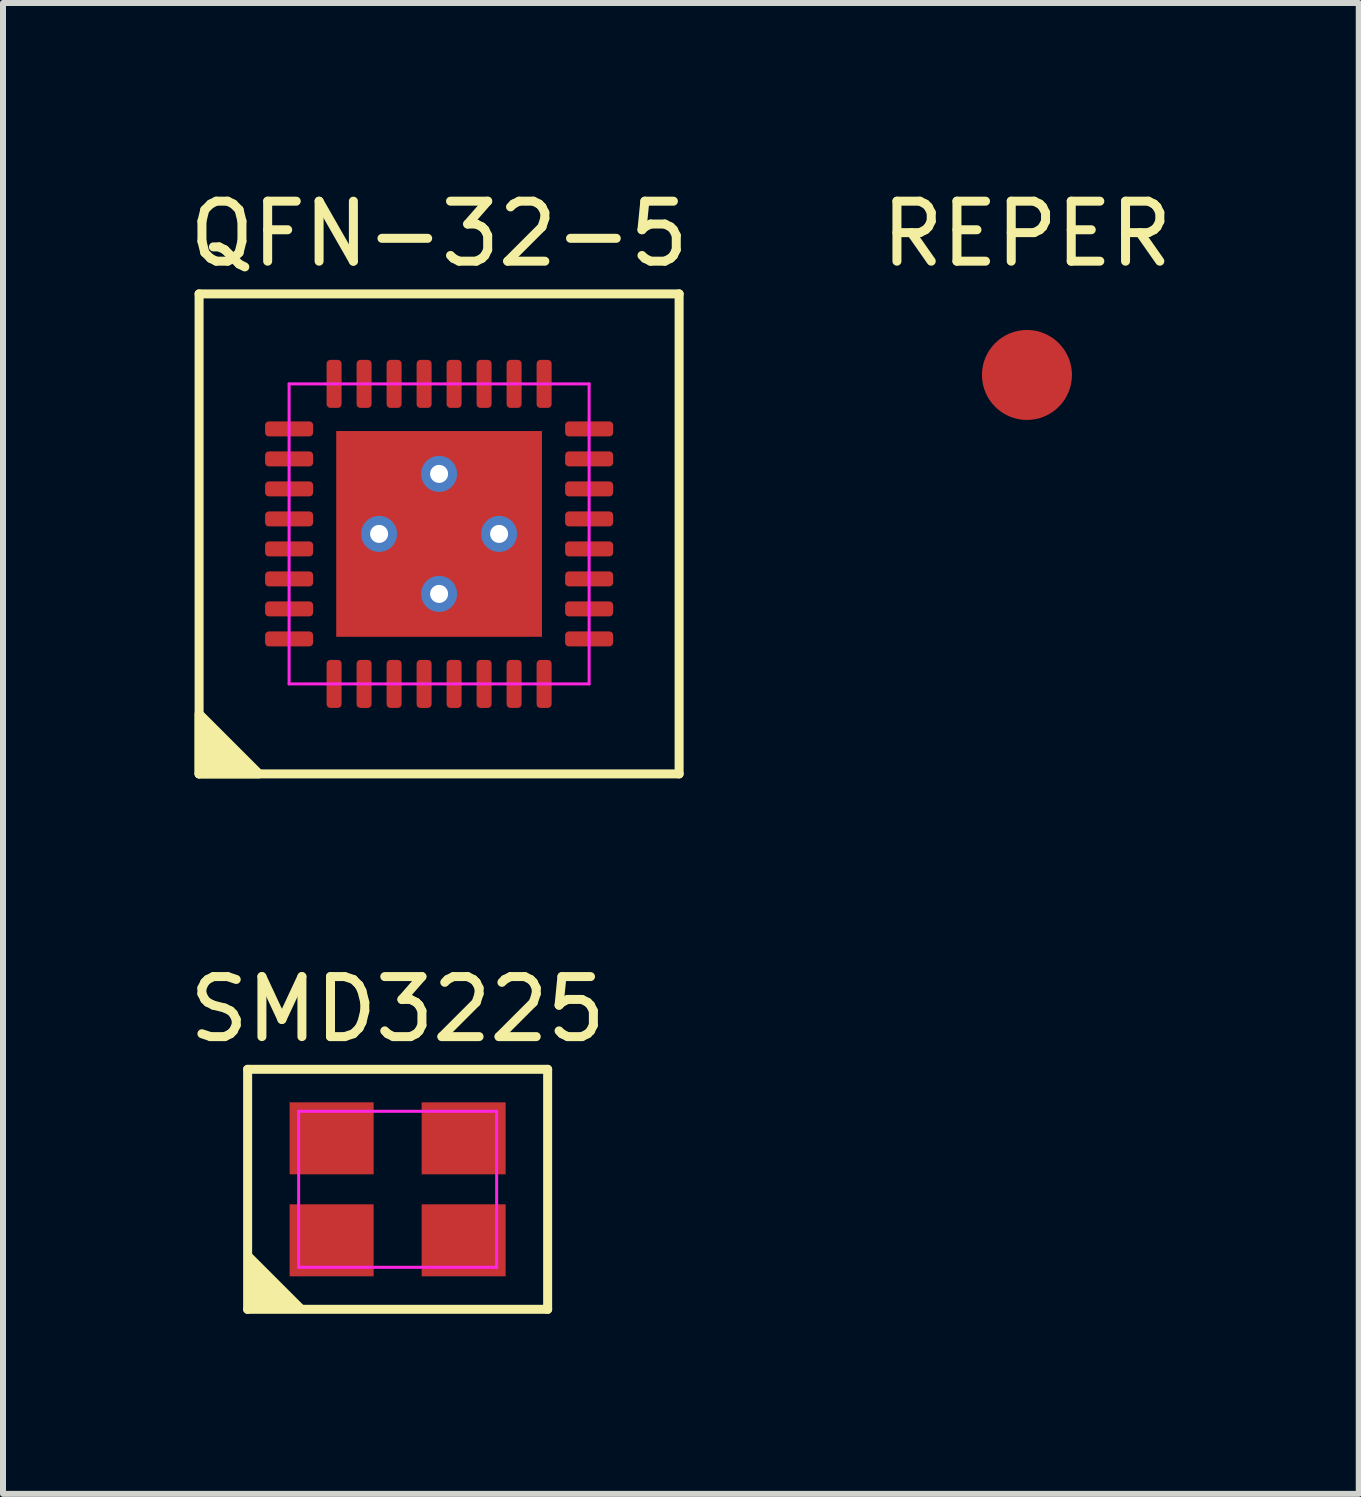
<source format=kicad_pcb>
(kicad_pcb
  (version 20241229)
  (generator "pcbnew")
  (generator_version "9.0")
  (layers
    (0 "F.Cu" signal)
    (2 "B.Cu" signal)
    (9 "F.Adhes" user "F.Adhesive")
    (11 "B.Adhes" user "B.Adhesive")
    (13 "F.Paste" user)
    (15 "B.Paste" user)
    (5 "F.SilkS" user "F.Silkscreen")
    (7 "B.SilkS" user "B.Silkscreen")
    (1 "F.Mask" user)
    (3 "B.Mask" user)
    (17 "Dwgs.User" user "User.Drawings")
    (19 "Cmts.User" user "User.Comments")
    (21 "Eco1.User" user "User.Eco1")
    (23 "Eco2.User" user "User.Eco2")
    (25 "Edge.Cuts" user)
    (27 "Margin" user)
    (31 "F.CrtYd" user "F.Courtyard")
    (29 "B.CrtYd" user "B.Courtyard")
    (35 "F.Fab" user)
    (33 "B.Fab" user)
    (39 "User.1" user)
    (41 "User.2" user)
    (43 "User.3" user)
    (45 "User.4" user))
  (footprint "REPER"
    (layer "F.Cu")
    (at 14.065 3.199)
    (property "Reference" "REPER" (at 0 -2.351 0) (layer "F.SilkS") (effects (font (size 1 1) (thickness 0.15))))
    (pad "1" smd circle (at 0 0) (size 1.5 1.5) (layers "F.Cu" "F.Mask" "F.Paste"))
    (zone (net_name "") (layer "F.Cu") (hatch edge 0.5) (connect_pads) (min_thickness 0.25) (filled_areas_thickness no) (keepout (tracks allowed) (vias allowed) (pads allowed) (copperpour not_allowed) (footprints allowed)) (placement (enabled no)) (fill) (polygon (pts (xy 12.415 3.199) (xy 12.415 3.362) (xy 12.478 3.681) (xy 12.603 3.981) (xy 12.783 4.251) (xy 13.013 4.481) (xy 13.284 4.662) (xy 13.584 4.786) (xy 13.903 4.85) (xy 14.065 4.85) (xy 14.228 4.85) (xy 14.547 4.786) (xy 14.847 4.662) (xy 15.118 4.481) (xy 15.348 4.251) (xy 15.528 3.981) (xy 15.653 3.681) (xy 15.716 3.362) (xy 15.716 3.199) (xy 15.716 3.036) (xy 15.653 2.717) (xy 15.528 2.417) (xy 15.348 2.147) (xy 15.118 1.917) (xy 14.847 1.736) (xy 14.547 1.612) (xy 14.228 1.548) (xy 14.065 1.548) (xy 13.903 1.548) (xy 13.584 1.612) (xy 13.284 1.736) (xy 13.013 1.917) (xy 12.783 2.147) (xy 12.603 2.417) (xy 12.478 2.717) (xy 12.415 3.036)))))
  (footprint "SMD3225"
    (layer "F.Cu")
    (at 3.577 16.771)
    (property "Reference" "SMD3225" (at 0 -3 0) (layer "F.SilkS") (effects (font (size 1 1) (thickness 0.15))))
    (fp_line (start -2.5 -2) (end 2.5 -2) (stroke (width 0.15) (type solid)) (layer "F.SilkS"))
    (fp_line (start -2.5 2) (end -2.5 -2) (stroke (width 0.15) (type solid)) (layer "F.SilkS"))
    (fp_line (start -2.5 2) (end 2.5 2) (stroke (width 0.15) (type solid)) (layer "F.SilkS"))
    (fp_line (start 2.5 2) (end 2.5 -2) (stroke (width 0.15) (type solid)) (layer "F.SilkS"))
    (fp_poly (pts (xy -2.5 2) (xy -1.5 2) (xy -2.5 1)) (stroke (width 0) (type default)) (fill yes) (layer "F.SilkS"))
    (fp_line (start -1.65 -1.3) (end 1.65 -1.3) (stroke (width 0.05) (type solid)) (layer "F.CrtYd"))
    (fp_line (start -1.65 1.3) (end -1.65 -1.3) (stroke (width 0.05) (type solid)) (layer "F.CrtYd"))
    (fp_line (start -1.65 1.3) (end 1.65 1.3) (stroke (width 0.05) (type solid)) (layer "F.CrtYd"))
    (fp_line (start 1.65 1.3) (end 1.65 -1.3) (stroke (width 0.05) (type solid)) (layer "F.CrtYd"))
    (pad "1" smd rect (at -1.1 0.85) (size 1.4 1.2) (layers "F.Cu" "F.Mask" "F.Paste"))
    (pad "2" smd rect (at 1.1 -0.85) (size 1.4 1.2) (layers "F.Cu" "F.Mask" "F.Paste"))
    (pad "3" smd rect (at -1.1 -0.85) (size 1.4 1.2) (layers "F.Cu" "F.Mask" "F.Paste"))
    (pad "3" smd rect (at 1.1 0.85) (size 1.4 1.2) (layers "F.Cu" "F.Mask" "F.Paste")))
  (footprint "QFN-32-5"
    (layer "F.Cu")
    (at 4.268 5.848)
    (property "Reference" "QFN-32-5" (at 0 -5 0) (layer "F.SilkS") (effects (font (size 1 1) (thickness 0.15))))
    (fp_line (start -4 -4) (end 4 -4) (stroke (width 0.15) (type default)) (layer "F.SilkS"))
    (fp_line (start -4 4) (end -4 -4) (stroke (width 0.15) (type default)) (layer "F.SilkS"))
    (fp_line (start 4 -4) (end 4 4) (stroke (width 0.15) (type default)) (layer "F.SilkS"))
    (fp_line (start 4 4) (end -4 4) (stroke (width 0.15) (type default)) (layer "F.SilkS"))
    (fp_poly (pts (xy -4 4) (xy -3 4) (xy -4 3)) (stroke (width 0.15) (type default)) (fill yes) (layer "F.SilkS"))
    (fp_circle (center -1.016 -1.016) (end -1.397 -1.016) (stroke (width 0.1) (type solid)) (fill no) (layer "F.Paste"))
    (fp_circle (center -1.016 1.016) (end -1.397 1.016) (stroke (width 0.1) (type solid)) (fill no) (layer "F.Paste"))
    (fp_circle (center 0 0) (end -0.381 0) (stroke (width 0.1) (type solid)) (fill no) (layer "F.Paste"))
    (fp_circle (center 1.016 -1.016) (end 0.635 -1.016) (stroke (width 0.1) (type solid)) (fill no) (layer "F.Paste"))
    (fp_circle (center 1.016 1.016) (end 0.635 1.016) (stroke (width 0.1) (type solid)) (fill no) (layer "F.Paste"))
    (fp_poly (pts (xy -0.635 -1.016) (xy -0.635 -0.94) (xy -0.693 -0.8) (xy -0.8 -0.693) (xy -0.94 -0.635) (xy -1.016 -0.635) (xy -1.092 -0.635) (xy -1.232 -0.693) (xy -1.339 -0.8) (xy -1.397 -0.94) (xy -1.397 -1.016) (xy -1.397 -1.092) (xy -1.339 -1.232) (xy -1.232 -1.339) (xy -1.092 -1.397) (xy -1.016 -1.397) (xy -0.94 -1.397) (xy -0.8 -1.339) (xy -0.693 -1.232) (xy -0.635 -1.092)) (stroke (width 0) (type default)) (fill yes) (layer "F.Paste"))
    (fp_poly (pts (xy -0.635 1.016) (xy -0.635 1.092) (xy -0.693 1.232) (xy -0.8 1.339) (xy -0.94 1.397) (xy -1.016 1.397) (xy -1.092 1.397) (xy -1.232 1.339) (xy -1.339 1.232) (xy -1.397 1.092) (xy -1.397 1.016) (xy -1.397 0.94) (xy -1.339 0.8) (xy -1.232 0.693) (xy -1.092 0.635) (xy -1.016 0.635) (xy -0.94 0.635) (xy -0.8 0.693) (xy -0.693 0.8) (xy -0.635 0.94)) (stroke (width 0) (type default)) (fill yes) (layer "F.Paste"))
    (fp_poly (pts (xy 0.381 0) (xy 0.381 0.076) (xy 0.323 0.216) (xy 0.216 0.323) (xy 0.076 0.381) (xy 0 0.381) (xy -0.076 0.381) (xy -0.216 0.323) (xy -0.323 0.216) (xy -0.381 0.076) (xy -0.381 0) (xy -0.381 -0.076) (xy -0.323 -0.216) (xy -0.216 -0.323) (xy -0.076 -0.381) (xy 0 -0.381) (xy 0.076 -0.381) (xy 0.216 -0.323) (xy 0.323 -0.216) (xy 0.381 -0.076)) (stroke (width 0) (type default)) (fill yes) (layer "F.Paste"))
    (fp_poly (pts (xy 1.016 -0.635) (xy 1.092 -0.635) (xy 1.232 -0.693) (xy 1.339 -0.8) (xy 1.397 -0.94) (xy 1.397 -1.016) (xy 1.397 -1.092) (xy 1.339 -1.232) (xy 1.232 -1.339) (xy 1.092 -1.397) (xy 1.016 -1.397) (xy 0.94 -1.397) (xy 0.8 -1.339) (xy 0.693 -1.232) (xy 0.635 -1.092) (xy 0.635 -1.016) (xy 0.635 -0.94) (xy 0.693 -0.8) (xy 0.8 -0.693) (xy 0.94 -0.635)) (stroke (width 0) (type default)) (fill yes) (layer "F.Paste"))
    (fp_poly (pts (xy 1.397 1.016) (xy 1.397 1.092) (xy 1.339 1.232) (xy 1.232 1.339) (xy 1.092 1.397) (xy 1.016 1.397) (xy 0.94 1.397) (xy 0.8 1.339) (xy 0.693 1.232) (xy 0.635 1.092) (xy 0.635 1.016) (xy 0.635 0.94) (xy 0.693 0.8) (xy 0.8 0.693) (xy 0.94 0.635) (xy 1.016 0.635) (xy 1.092 0.635) (xy 1.232 0.693) (xy 1.339 0.8) (xy 1.397 0.94)) (stroke (width 0) (type default)) (fill yes) (layer "F.Paste"))
    (fp_circle (center -1.016 -1.016) (end -1.397 -1.016) (stroke (width 0.1) (type solid)) (fill no) (layer "B.Paste"))
    (fp_circle (center -1.016 1.016) (end -1.397 1.016) (stroke (width 0.1) (type solid)) (fill no) (layer "B.Paste"))
    (fp_circle (center 0 0) (end -0.381 0) (stroke (width 0.1) (type solid)) (fill no) (layer "B.Paste"))
    (fp_circle (center 1.016 -1.016) (end 0.635 -1.016) (stroke (width 0.1) (type solid)) (fill no) (layer "B.Paste"))
    (fp_circle (center 1.016 1.016) (end 0.635 1.016) (stroke (width 0.1) (type solid)) (fill no) (layer "B.Paste"))
    (fp_line (start -2.5 2.5) (end -2.5 -2.5) (stroke (width 0.05) (type solid)) (layer "F.CrtYd"))
    (fp_line (start 2.5 -2.5) (end -2.5 -2.5) (stroke (width 0.05) (type solid)) (layer "F.CrtYd"))
    (fp_line (start 2.5 2.5) (end -2.5 2.5) (stroke (width 0.05) (type solid)) (layer "F.CrtYd"))
    (fp_line (start 2.5 2.5) (end 2.5 -2.5) (stroke (width 0.05) (type solid)) (layer "F.CrtYd"))
    (pad "1" smd roundrect (at -1.75 2.5 90) (size 0.8 0.25) (layers "F.Cu" "F.Mask" "F.Paste") (roundrect_rratio 0.25))
    (pad "2" smd roundrect (at -1.25 2.5 90) (size 0.8 0.25) (layers "F.Cu" "F.Mask" "F.Paste") (roundrect_rratio 0.25))
    (pad "3" smd roundrect (at -0.75 2.5 90) (size 0.8 0.25) (layers "F.Cu" "F.Mask" "F.Paste") (roundrect_rratio 0.25))
    (pad "4" smd roundrect (at -0.25 2.5 90) (size 0.8 0.25) (layers "F.Cu" "F.Mask" "F.Paste") (roundrect_rratio 0.25))
    (pad "5" smd roundrect (at 0.25 2.5 90) (size 0.8 0.25) (layers "F.Cu" "F.Mask" "F.Paste") (roundrect_rratio 0.25))
    (pad "6" smd roundrect (at 0.75 2.5 90) (size 0.8 0.25) (layers "F.Cu" "F.Mask" "F.Paste") (roundrect_rratio 0.25))
    (pad "7" smd roundrect (at 1.25 2.5 90) (size 0.8 0.25) (layers "F.Cu" "F.Mask" "F.Paste") (roundrect_rratio 0.25))
    (pad "8" smd roundrect (at 1.75 2.5 90) (size 0.8 0.25) (layers "F.Cu" "F.Mask" "F.Paste") (roundrect_rratio 0.25))
    (pad "9" smd roundrect (at 2.5 1.75 180) (size 0.8 0.25) (layers "F.Cu" "F.Mask" "F.Paste") (roundrect_rratio 0.25))
    (pad "10" smd roundrect (at 2.5 1.25 180) (size 0.8 0.25) (layers "F.Cu" "F.Mask" "F.Paste") (roundrect_rratio 0.25))
    (pad "11" smd roundrect (at 2.5 0.75 180) (size 0.8 0.25) (layers "F.Cu" "F.Mask" "F.Paste") (roundrect_rratio 0.25))
    (pad "12" smd roundrect (at 2.5 0.25 180) (size 0.8 0.25) (layers "F.Cu" "F.Mask" "F.Paste") (roundrect_rratio 0.25))
    (pad "13" smd roundrect (at 2.5 -0.25 180) (size 0.8 0.25) (layers "F.Cu" "F.Mask" "F.Paste") (roundrect_rratio 0.25))
    (pad "14" smd roundrect (at 2.5 -0.75 180) (size 0.8 0.25) (layers "F.Cu" "F.Mask" "F.Paste") (roundrect_rratio 0.25))
    (pad "15" smd roundrect (at 2.5 -1.25 180) (size 0.8 0.25) (layers "F.Cu" "F.Mask" "F.Paste") (roundrect_rratio 0.25))
    (pad "16" smd roundrect (at 2.5 -1.75 180) (size 0.8 0.25) (layers "F.Cu" "F.Mask" "F.Paste") (roundrect_rratio 0.25))
    (pad "17" smd roundrect (at 1.75 -2.5 270) (size 0.8 0.25) (layers "F.Cu" "F.Mask" "F.Paste") (roundrect_rratio 0.25))
    (pad "18" smd roundrect (at 1.25 -2.5 270) (size 0.8 0.25) (layers "F.Cu" "F.Mask" "F.Paste") (roundrect_rratio 0.25))
    (pad "19" smd roundrect (at 0.75 -2.5 270) (size 0.8 0.25) (layers "F.Cu" "F.Mask" "F.Paste") (roundrect_rratio 0.25))
    (pad "20" smd roundrect (at 0.25 -2.5 270) (size 0.8 0.25) (layers "F.Cu" "F.Mask" "F.Paste") (roundrect_rratio 0.25))
    (pad "21" smd roundrect (at -0.25 -2.5 270) (size 0.8 0.25) (layers "F.Cu" "F.Mask" "F.Paste") (roundrect_rratio 0.25))
    (pad "22" smd roundrect (at -0.75 -2.5 270) (size 0.8 0.25) (layers "F.Cu" "F.Mask" "F.Paste") (roundrect_rratio 0.25))
    (pad "23" smd roundrect (at -1.25 -2.5 270) (size 0.8 0.25) (layers "F.Cu" "F.Mask" "F.Paste") (roundrect_rratio 0.25))
    (pad "24" smd roundrect (at -1.75 -2.5 270) (size 0.8 0.25) (layers "F.Cu" "F.Mask" "F.Paste") (roundrect_rratio 0.25))
    (pad "25" smd roundrect (at -2.5 -1.75) (size 0.8 0.25) (layers "F.Cu" "F.Mask" "F.Paste") (roundrect_rratio 0.25))
    (pad "26" smd roundrect (at -2.5 -1.25) (size 0.8 0.25) (layers "F.Cu" "F.Mask" "F.Paste") (roundrect_rratio 0.25))
    (pad "27" smd roundrect (at -2.5 -0.75) (size 0.8 0.25) (layers "F.Cu" "F.Mask" "F.Paste") (roundrect_rratio 0.25))
    (pad "28" smd roundrect (at -2.5 -0.25) (size 0.8 0.25) (layers "F.Cu" "F.Mask" "F.Paste") (roundrect_rratio 0.25))
    (pad "29" smd roundrect (at -2.5 0.25) (size 0.8 0.25) (layers "F.Cu" "F.Mask" "F.Paste") (roundrect_rratio 0.25))
    (pad "30" smd roundrect (at -2.5 0.75) (size 0.8 0.25) (layers "F.Cu" "F.Mask" "F.Paste") (roundrect_rratio 0.25))
    (pad "31" smd roundrect (at -2.5 1.25) (size 0.8 0.25) (layers "F.Cu" "F.Mask" "F.Paste") (roundrect_rratio 0.25))
    (pad "32" smd roundrect (at -2.5 1.75) (size 0.8 0.25) (layers "F.Cu" "F.Mask" "F.Paste") (roundrect_rratio 0.25))
    (pad "33" thru_hole circle (at -1 0 90) (size 0.6 0.6) (drill 0.3) (layers "*.Cu" "*.Mask"))
    (pad "33" thru_hole circle (at 0 -1 90) (size 0.6 0.6) (drill 0.3) (layers "*.Cu" "*.Mask"))
    (pad "33" smd rect (at 0 0 90) (size 3.429 3.429) (layers "F.Cu" "F.Mask" "F.Paste"))
    (pad "33" thru_hole circle (at 0 1 90) (size 0.6 0.6) (drill 0.3) (layers "*.Cu" "*.Mask"))
    (pad "33" thru_hole circle (at 1 0 90) (size 0.6 0.6) (drill 0.3) (layers "*.Cu" "*.Mask")))
  (gr_rect
    (start -3 -3)
    (end 19.595 21.846)
    (stroke (width 0.1) (type default))
    (fill no)
    (layer "Edge.Cuts")))
</source>
